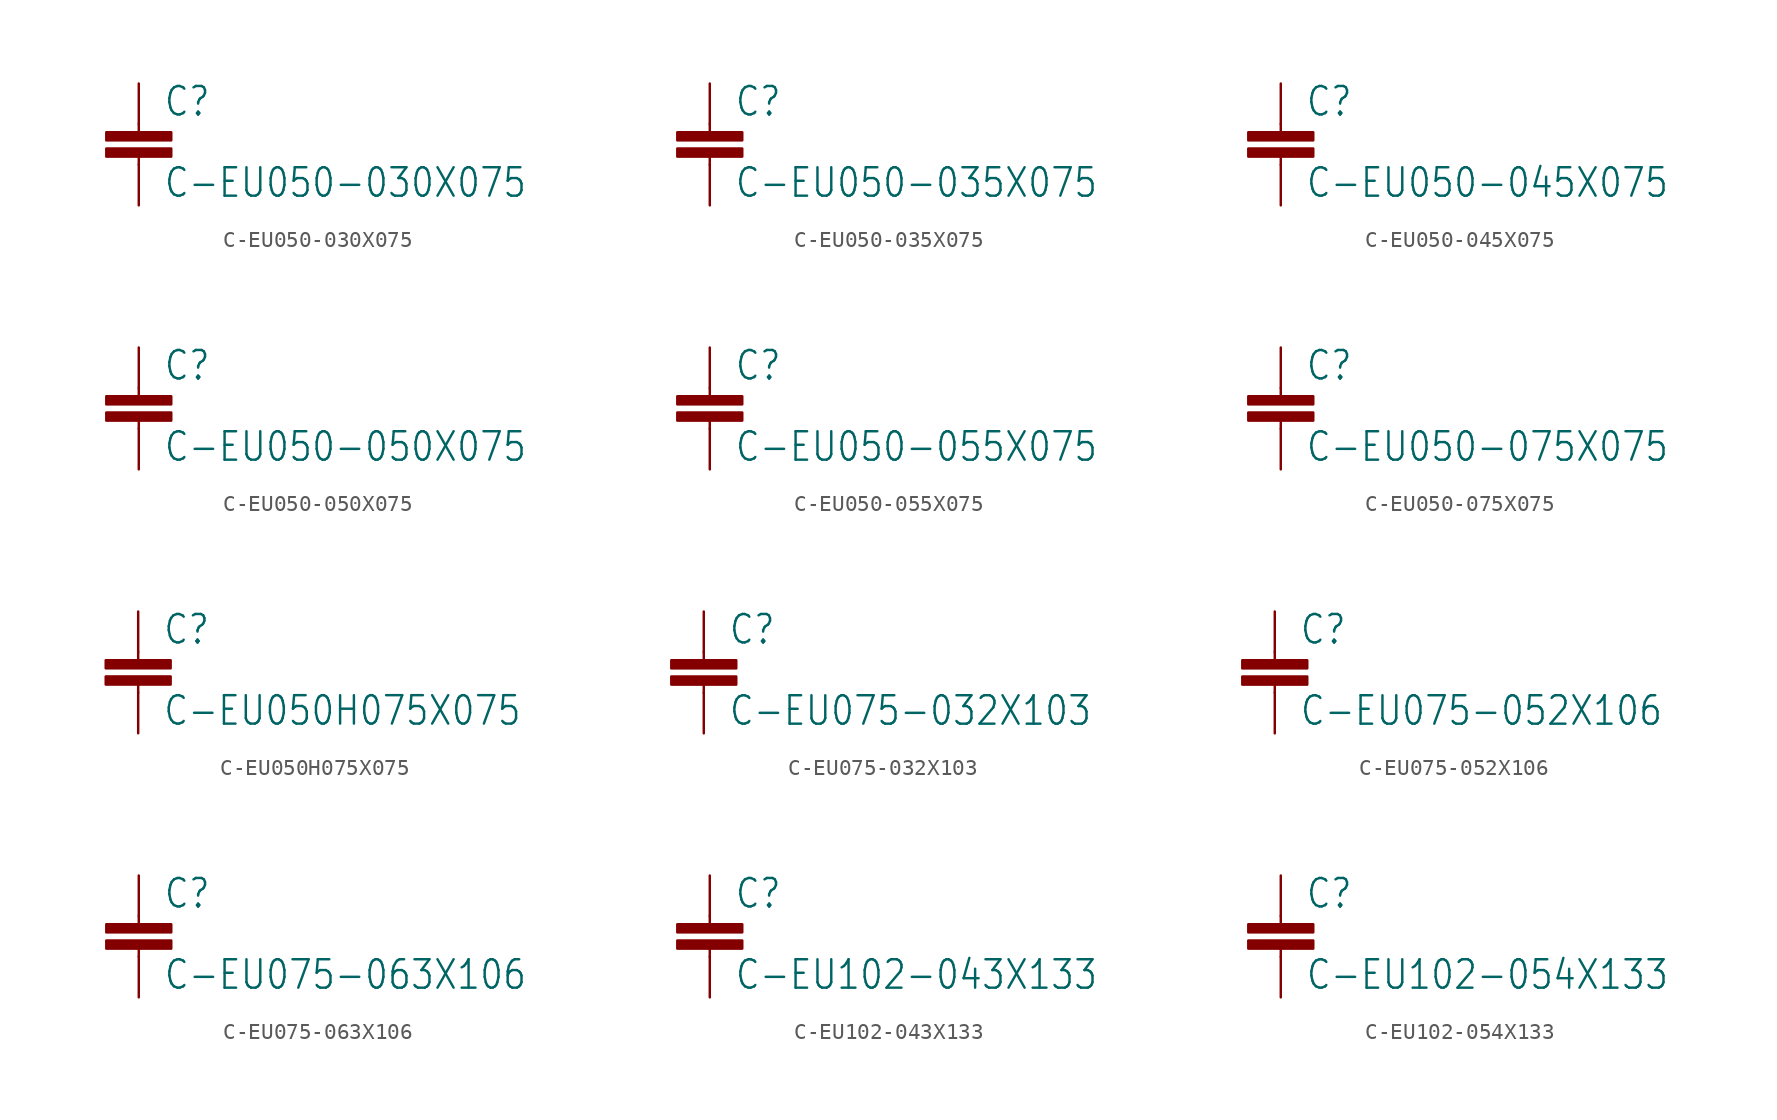
<source format=kicad_sym>
(kicad_symbol_lib
  (version 20201005)
  (generator kicad_symbol_editor)
  (symbol "pirt:C-EU050-030X075"
    (property "Reference" "C"
      (at 1.524 0.381 0)
      (effects (font (size 1.778 1.511)) (justify left bottom)))
    (property "Value" "C-EU050-030X075"
      (at 1.524 -4.699 0)
      (effects (font (size 1.778 1.511)) (justify left bottom)))
    (property "ki_locked" ""
      (at 0 0 0)
      (effects (font (size 1.27 1.27))))
    (symbol "C-EU050-030X075_1_0"
      (rectangle (start -2.032 -2.032) (end 2.032 -1.524) (stroke (width 0)) (fill (type outline)))
      (rectangle (start -2.032 -1.016) (end 2.032 -0.508) (stroke (width 0)) (fill (type outline)))
      (polyline (pts (xy 0 -2.54) (xy 0 -2.032)) (stroke (width 0.152)) (fill (type none)))
      (polyline (pts (xy 0 0) (xy 0 -0.508)) (stroke (width 0.152)) (fill (type none)))
      (pin passive line (at 0 2.54 270) (length 2.54) (name "1" (effects (font (size 0 0)))) (number "1" (effects (font (size 0 0)))))
      (pin passive line (at 0 -5.08 90) (length 2.54) (name "2" (effects (font (size 0 0)))) (number "2" (effects (font (size 0 0)))))))
  (symbol "pirt:C-EU050-035X075"
    (property "Reference" "C"
      (at 1.524 0.381 0)
      (effects (font (size 1.778 1.511)) (justify left bottom)))
    (property "Value" "C-EU050-035X075"
      (at 1.524 -4.699 0)
      (effects (font (size 1.778 1.511)) (justify left bottom)))
    (property "ki_locked" ""
      (at 0 0 0)
      (effects (font (size 1.27 1.27))))
    (symbol "C-EU050-035X075_1_0"
      (rectangle (start -2.032 -2.032) (end 2.032 -1.524) (stroke (width 0)) (fill (type outline)))
      (rectangle (start -2.032 -1.016) (end 2.032 -0.508) (stroke (width 0)) (fill (type outline)))
      (polyline (pts (xy 0 -2.54) (xy 0 -2.032)) (stroke (width 0.152)) (fill (type none)))
      (polyline (pts (xy 0 0) (xy 0 -0.508)) (stroke (width 0.152)) (fill (type none)))
      (pin passive line (at 0 2.54 270) (length 2.54) (name "1" (effects (font (size 0 0)))) (number "1" (effects (font (size 0 0)))))
      (pin passive line (at 0 -5.08 90) (length 2.54) (name "2" (effects (font (size 0 0)))) (number "2" (effects (font (size 0 0)))))))
  (symbol "pirt:C-EU050-045X075"
    (property "Reference" "C"
      (at 1.524 0.381 0)
      (effects (font (size 1.778 1.511)) (justify left bottom)))
    (property "Value" "C-EU050-045X075"
      (at 1.524 -4.699 0)
      (effects (font (size 1.778 1.511)) (justify left bottom)))
    (property "ki_locked" ""
      (at 0 0 0)
      (effects (font (size 1.27 1.27))))
    (symbol "C-EU050-045X075_1_0"
      (rectangle (start -2.032 -2.032) (end 2.032 -1.524) (stroke (width 0)) (fill (type outline)))
      (rectangle (start -2.032 -1.016) (end 2.032 -0.508) (stroke (width 0)) (fill (type outline)))
      (polyline (pts (xy 0 -2.54) (xy 0 -2.032)) (stroke (width 0.152)) (fill (type none)))
      (polyline (pts (xy 0 0) (xy 0 -0.508)) (stroke (width 0.152)) (fill (type none)))
      (pin passive line (at 0 2.54 270) (length 2.54) (name "1" (effects (font (size 0 0)))) (number "1" (effects (font (size 0 0)))))
      (pin passive line (at 0 -5.08 90) (length 2.54) (name "2" (effects (font (size 0 0)))) (number "2" (effects (font (size 0 0)))))))
  (symbol "pirt:C-EU050-050X075"
    (property "Reference" "C"
      (at 1.524 0.381 0)
      (effects (font (size 1.778 1.511)) (justify left bottom)))
    (property "Value" "C-EU050-050X075"
      (at 1.524 -4.699 0)
      (effects (font (size 1.778 1.511)) (justify left bottom)))
    (property "ki_locked" ""
      (at 0 0 0)
      (effects (font (size 1.27 1.27))))
    (symbol "C-EU050-050X075_1_0"
      (rectangle (start -2.032 -2.032) (end 2.032 -1.524) (stroke (width 0)) (fill (type outline)))
      (rectangle (start -2.032 -1.016) (end 2.032 -0.508) (stroke (width 0)) (fill (type outline)))
      (polyline (pts (xy 0 -2.54) (xy 0 -2.032)) (stroke (width 0.152)) (fill (type none)))
      (polyline (pts (xy 0 0) (xy 0 -0.508)) (stroke (width 0.152)) (fill (type none)))
      (pin passive line (at 0 2.54 270) (length 2.54) (name "1" (effects (font (size 0 0)))) (number "1" (effects (font (size 0 0)))))
      (pin passive line (at 0 -5.08 90) (length 2.54) (name "2" (effects (font (size 0 0)))) (number "2" (effects (font (size 0 0)))))))
  (symbol "pirt:C-EU050-055X075"
    (property "Reference" "C"
      (at 1.524 0.381 0)
      (effects (font (size 1.778 1.511)) (justify left bottom)))
    (property "Value" "C-EU050-055X075"
      (at 1.524 -4.699 0)
      (effects (font (size 1.778 1.511)) (justify left bottom)))
    (property "ki_locked" ""
      (at 0 0 0)
      (effects (font (size 1.27 1.27))))
    (symbol "C-EU050-055X075_1_0"
      (rectangle (start -2.032 -2.032) (end 2.032 -1.524) (stroke (width 0)) (fill (type outline)))
      (rectangle (start -2.032 -1.016) (end 2.032 -0.508) (stroke (width 0)) (fill (type outline)))
      (polyline (pts (xy 0 -2.54) (xy 0 -2.032)) (stroke (width 0.152)) (fill (type none)))
      (polyline (pts (xy 0 0) (xy 0 -0.508)) (stroke (width 0.152)) (fill (type none)))
      (pin passive line (at 0 2.54 270) (length 2.54) (name "1" (effects (font (size 0 0)))) (number "1" (effects (font (size 0 0)))))
      (pin passive line (at 0 -5.08 90) (length 2.54) (name "2" (effects (font (size 0 0)))) (number "2" (effects (font (size 0 0)))))))
  (symbol "pirt:C-EU050-075X075"
    (property "Reference" "C"
      (at 1.524 0.381 0)
      (effects (font (size 1.778 1.511)) (justify left bottom)))
    (property "Value" "C-EU050-075X075"
      (at 1.524 -4.699 0)
      (effects (font (size 1.778 1.511)) (justify left bottom)))
    (property "ki_locked" ""
      (at 0 0 0)
      (effects (font (size 1.27 1.27))))
    (symbol "C-EU050-075X075_1_0"
      (rectangle (start -2.032 -2.032) (end 2.032 -1.524) (stroke (width 0)) (fill (type outline)))
      (rectangle (start -2.032 -1.016) (end 2.032 -0.508) (stroke (width 0)) (fill (type outline)))
      (polyline (pts (xy 0 -2.54) (xy 0 -2.032)) (stroke (width 0.152)) (fill (type none)))
      (polyline (pts (xy 0 0) (xy 0 -0.508)) (stroke (width 0.152)) (fill (type none)))
      (pin passive line (at 0 2.54 270) (length 2.54) (name "1" (effects (font (size 0 0)))) (number "1" (effects (font (size 0 0)))))
      (pin passive line (at 0 -5.08 90) (length 2.54) (name "2" (effects (font (size 0 0)))) (number "2" (effects (font (size 0 0)))))))
  (symbol "pirt:C-EU050H075X075"
    (property "Reference" "C"
      (at 1.524 0.381 0)
      (effects (font (size 1.778 1.511)) (justify left bottom)))
    (property "Value" "C-EU050H075X075"
      (at 1.524 -4.699 0)
      (effects (font (size 1.778 1.511)) (justify left bottom)))
    (property "ki_locked" ""
      (at 0 0 0)
      (effects (font (size 1.27 1.27))))
    (symbol "C-EU050H075X075_1_0"
      (rectangle (start -2.032 -2.032) (end 2.032 -1.524) (stroke (width 0)) (fill (type outline)))
      (rectangle (start -2.032 -1.016) (end 2.032 -0.508) (stroke (width 0)) (fill (type outline)))
      (polyline (pts (xy 0 -2.54) (xy 0 -2.032)) (stroke (width 0.152)) (fill (type none)))
      (polyline (pts (xy 0 0) (xy 0 -0.508)) (stroke (width 0.152)) (fill (type none)))
      (pin passive line (at 0 2.54 270) (length 2.54) (name "1" (effects (font (size 0 0)))) (number "1" (effects (font (size 0 0)))))
      (pin passive line (at 0 -5.08 90) (length 2.54) (name "2" (effects (font (size 0 0)))) (number "2" (effects (font (size 0 0)))))))
  (symbol "pirt:C-EU075-032X103"
    (property "Reference" "C"
      (at 1.524 0.381 0)
      (effects (font (size 1.778 1.511)) (justify left bottom)))
    (property "Value" "C-EU075-032X103"
      (at 1.524 -4.699 0)
      (effects (font (size 1.778 1.511)) (justify left bottom)))
    (property "ki_locked" ""
      (at 0 0 0)
      (effects (font (size 1.27 1.27))))
    (symbol "C-EU075-032X103_1_0"
      (rectangle (start -2.032 -2.032) (end 2.032 -1.524) (stroke (width 0)) (fill (type outline)))
      (rectangle (start -2.032 -1.016) (end 2.032 -0.508) (stroke (width 0)) (fill (type outline)))
      (polyline (pts (xy 0 -2.54) (xy 0 -2.032)) (stroke (width 0.152)) (fill (type none)))
      (polyline (pts (xy 0 0) (xy 0 -0.508)) (stroke (width 0.152)) (fill (type none)))
      (pin passive line (at 0 2.54 270) (length 2.54) (name "1" (effects (font (size 0 0)))) (number "1" (effects (font (size 0 0)))))
      (pin passive line (at 0 -5.08 90) (length 2.54) (name "2" (effects (font (size 0 0)))) (number "2" (effects (font (size 0 0)))))))
  (symbol "pirt:C-EU075-052X106"
    (property "Reference" "C"
      (at 1.524 0.381 0)
      (effects (font (size 1.778 1.511)) (justify left bottom)))
    (property "Value" "C-EU075-052X106"
      (at 1.524 -4.699 0)
      (effects (font (size 1.778 1.511)) (justify left bottom)))
    (property "ki_locked" ""
      (at 0 0 0)
      (effects (font (size 1.27 1.27))))
    (symbol "C-EU075-052X106_1_0"
      (rectangle (start -2.032 -2.032) (end 2.032 -1.524) (stroke (width 0)) (fill (type outline)))
      (rectangle (start -2.032 -1.016) (end 2.032 -0.508) (stroke (width 0)) (fill (type outline)))
      (polyline (pts (xy 0 -2.54) (xy 0 -2.032)) (stroke (width 0.152)) (fill (type none)))
      (polyline (pts (xy 0 0) (xy 0 -0.508)) (stroke (width 0.152)) (fill (type none)))
      (pin passive line (at 0 2.54 270) (length 2.54) (name "1" (effects (font (size 0 0)))) (number "1" (effects (font (size 0 0)))))
      (pin passive line (at 0 -5.08 90) (length 2.54) (name "2" (effects (font (size 0 0)))) (number "2" (effects (font (size 0 0)))))))
  (symbol "pirt:C-EU075-063X106"
    (property "Reference" "C"
      (at 1.524 0.381 0)
      (effects (font (size 1.778 1.511)) (justify left bottom)))
    (property "Value" "C-EU075-063X106"
      (at 1.524 -4.699 0)
      (effects (font (size 1.778 1.511)) (justify left bottom)))
    (property "ki_locked" ""
      (at 0 0 0)
      (effects (font (size 1.27 1.27))))
    (symbol "C-EU075-063X106_1_0"
      (rectangle (start -2.032 -2.032) (end 2.032 -1.524) (stroke (width 0)) (fill (type outline)))
      (rectangle (start -2.032 -1.016) (end 2.032 -0.508) (stroke (width 0)) (fill (type outline)))
      (polyline (pts (xy 0 -2.54) (xy 0 -2.032)) (stroke (width 0.152)) (fill (type none)))
      (polyline (pts (xy 0 0) (xy 0 -0.508)) (stroke (width 0.152)) (fill (type none)))
      (pin passive line (at 0 2.54 270) (length 2.54) (name "1" (effects (font (size 0 0)))) (number "1" (effects (font (size 0 0)))))
      (pin passive line (at 0 -5.08 90) (length 2.54) (name "2" (effects (font (size 0 0)))) (number "2" (effects (font (size 0 0)))))))
  (symbol "pirt:C-EU102-043X133"
    (property "Reference" "C"
      (at 1.524 0.381 0)
      (effects (font (size 1.778 1.511)) (justify left bottom)))
    (property "Value" "C-EU102-043X133"
      (at 1.524 -4.699 0)
      (effects (font (size 1.778 1.511)) (justify left bottom)))
    (property "ki_locked" ""
      (at 0 0 0)
      (effects (font (size 1.27 1.27))))
    (symbol "C-EU102-043X133_1_0"
      (rectangle (start -2.032 -2.032) (end 2.032 -1.524) (stroke (width 0)) (fill (type outline)))
      (rectangle (start -2.032 -1.016) (end 2.032 -0.508) (stroke (width 0)) (fill (type outline)))
      (polyline (pts (xy 0 -2.54) (xy 0 -2.032)) (stroke (width 0.152)) (fill (type none)))
      (polyline (pts (xy 0 0) (xy 0 -0.508)) (stroke (width 0.152)) (fill (type none)))
      (pin passive line (at 0 2.54 270) (length 2.54) (name "1" (effects (font (size 0 0)))) (number "1" (effects (font (size 0 0)))))
      (pin passive line (at 0 -5.08 90) (length 2.54) (name "2" (effects (font (size 0 0)))) (number "2" (effects (font (size 0 0)))))))
  (symbol "pirt:C-EU102-054X133"
    (property "Reference" "C"
      (at 1.524 0.381 0)
      (effects (font (size 1.778 1.511)) (justify left bottom)))
    (property "Value" "C-EU102-054X133"
      (at 1.524 -4.699 0)
      (effects (font (size 1.778 1.511)) (justify left bottom)))
    (property "ki_locked" ""
      (at 0 0 0)
      (effects (font (size 1.27 1.27))))
    (symbol "C-EU102-054X133_1_0"
      (rectangle (start -2.032 -2.032) (end 2.032 -1.524) (stroke (width 0)) (fill (type outline)))
      (rectangle (start -2.032 -1.016) (end 2.032 -0.508) (stroke (width 0)) (fill (type outline)))
      (polyline (pts (xy 0 -2.54) (xy 0 -2.032)) (stroke (width 0.152)) (fill (type none)))
      (polyline (pts (xy 0 0) (xy 0 -0.508)) (stroke (width 0.152)) (fill (type none)))
      (pin passive line (at 0 2.54 270) (length 2.54) (name "1" (effects (font (size 0 0)))) (number "1" (effects (font (size 0 0)))))
      (pin passive line (at 0 -5.08 90) (length 2.54) (name "2" (effects (font (size 0 0)))) (number "2" (effects (font (size 0 0))))))))
</source>
